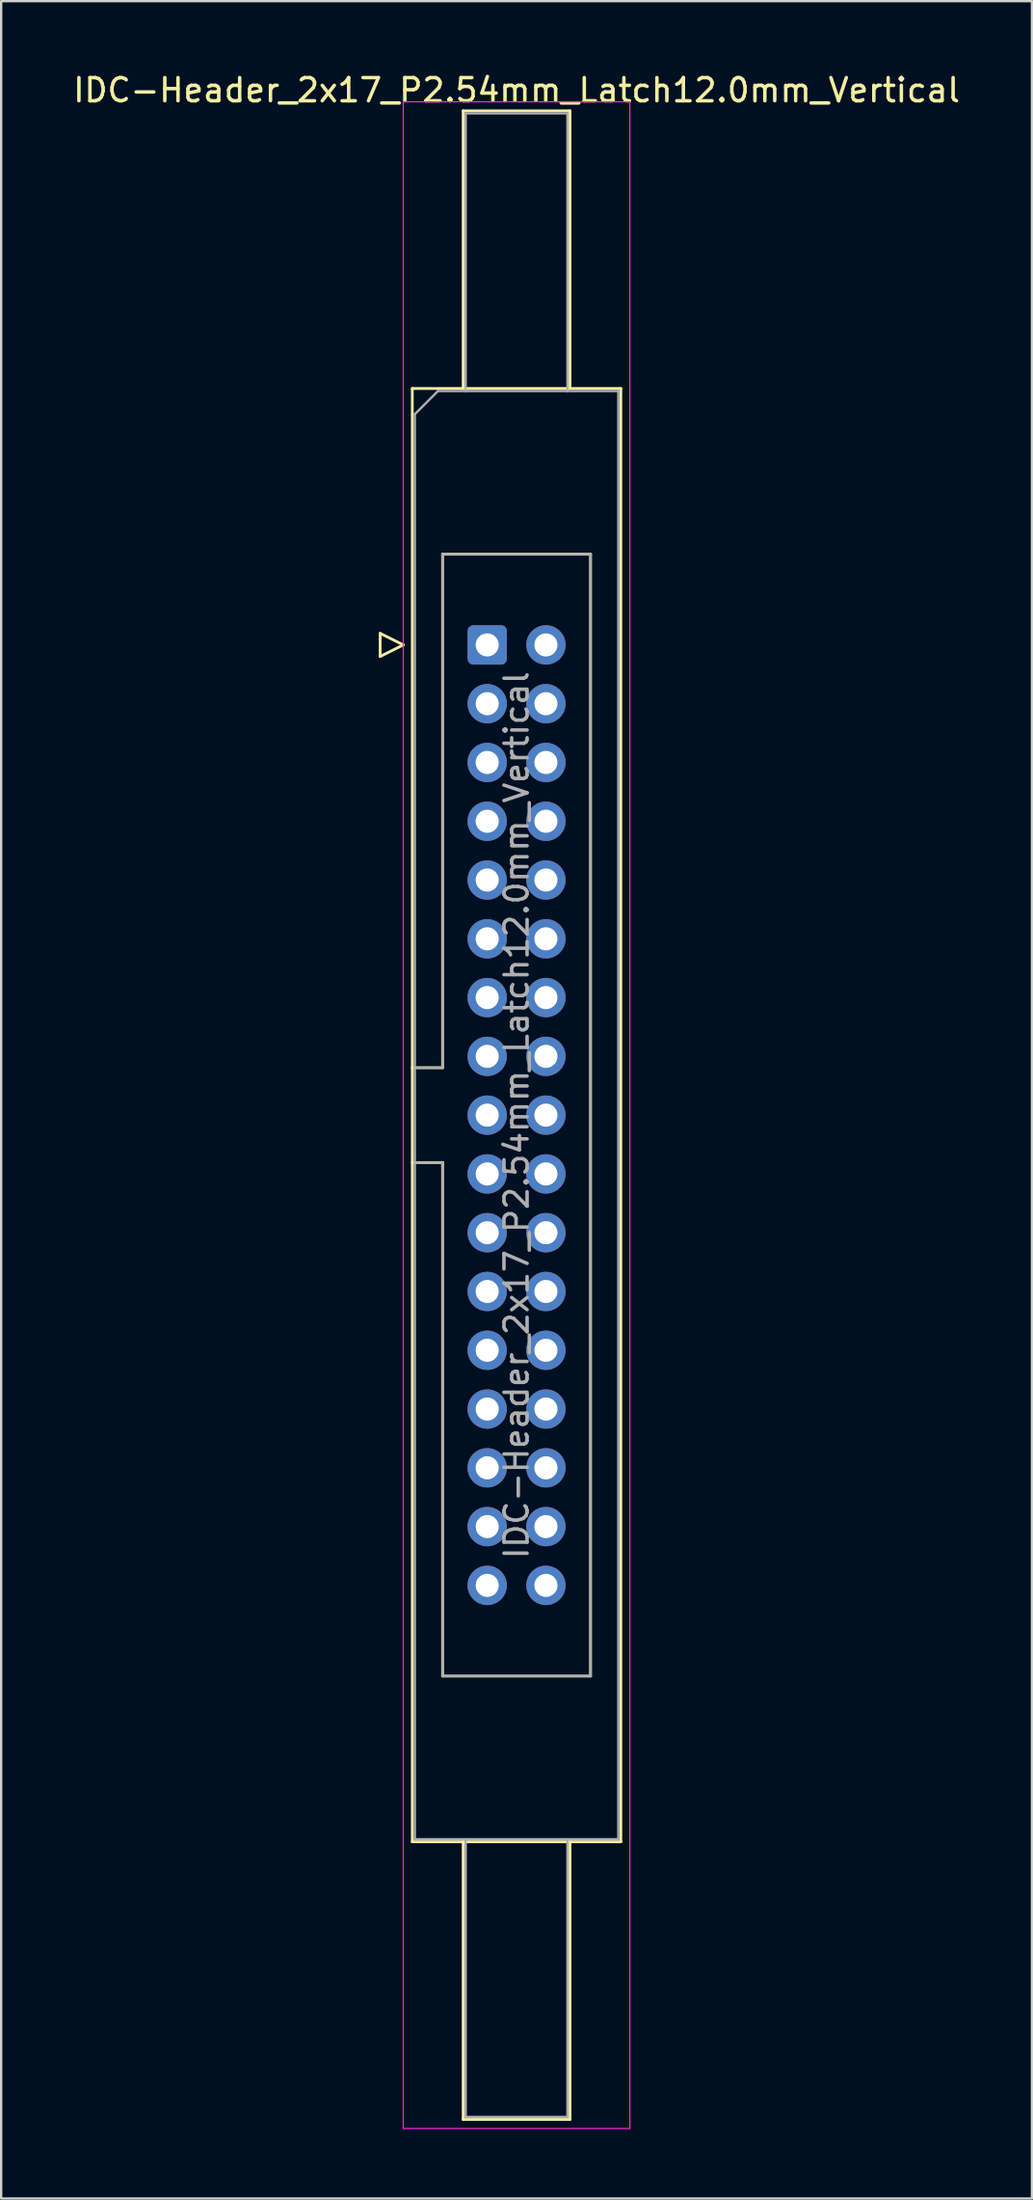
<source format=kicad_pcb>
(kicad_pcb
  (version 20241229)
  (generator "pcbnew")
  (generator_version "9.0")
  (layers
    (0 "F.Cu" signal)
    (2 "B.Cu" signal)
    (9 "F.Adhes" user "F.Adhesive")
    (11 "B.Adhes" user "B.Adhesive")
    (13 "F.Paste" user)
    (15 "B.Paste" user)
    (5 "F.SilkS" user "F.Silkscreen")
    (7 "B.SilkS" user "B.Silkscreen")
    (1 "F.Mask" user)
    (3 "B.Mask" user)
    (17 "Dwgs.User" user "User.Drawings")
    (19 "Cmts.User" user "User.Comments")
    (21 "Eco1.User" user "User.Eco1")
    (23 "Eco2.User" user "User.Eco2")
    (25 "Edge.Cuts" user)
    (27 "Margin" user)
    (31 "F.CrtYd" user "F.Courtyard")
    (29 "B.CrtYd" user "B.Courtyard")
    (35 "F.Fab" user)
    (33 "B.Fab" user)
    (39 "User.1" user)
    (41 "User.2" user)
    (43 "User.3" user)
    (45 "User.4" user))
  (footprint "IDC-Header_2x17_P2.54mm_Latch12.0mm_Vertical"
    (layer "F.Cu")
    (at 18.022 24.818)
    (property "Reference" "IDC-Header_2x17_P2.54mm_Latch12.0mm_Vertical" (at 1.27 -23.97 0) (layer "F.SilkS") (effects (font (size 1 1) (thickness 0.15))))
    (attr through_hole)
    (fp_line (start -4.63 -0.5) (end -4.63 0.5) (stroke (width 0.12) (type solid)) (layer "F.SilkS"))
    (fp_line (start -4.63 0.5) (end -3.63 0) (stroke (width 0.12) (type solid)) (layer "F.SilkS"))
    (fp_line (start -3.63 0) (end -4.63 -0.5) (stroke (width 0.12) (type solid)) (layer "F.SilkS"))
    (fp_line (start -3.24 -11.08) (end 5.78 -11.08) (stroke (width 0.12) (type solid)) (layer "F.SilkS"))
    (fp_line (start -3.24 18.27) (end -1.93 18.27) (stroke (width 0.12) (type solid)) (layer "F.SilkS"))
    (fp_line (start -3.24 51.72) (end -3.24 -11.08) (stroke (width 0.12) (type solid)) (layer "F.SilkS"))
    (fp_line (start -1.93 -3.92) (end 4.47 -3.92) (stroke (width 0.12) (type solid)) (layer "F.SilkS"))
    (fp_line (start -1.93 18.27) (end -1.93 -3.92) (stroke (width 0.12) (type solid)) (layer "F.SilkS"))
    (fp_line (start -1.93 22.37) (end -3.24 22.37) (stroke (width 0.12) (type solid)) (layer "F.SilkS"))
    (fp_line (start -1.93 22.37) (end -1.93 22.37) (stroke (width 0.12) (type solid)) (layer "F.SilkS"))
    (fp_line (start -1.93 44.56) (end -1.93 22.37) (stroke (width 0.12) (type solid)) (layer "F.SilkS"))
    (fp_line (start -1.04 -23.08) (end 3.58 -23.08) (stroke (width 0.12) (type solid)) (layer "F.SilkS"))
    (fp_line (start -1.04 -11.08) (end -1.04 -23.08) (stroke (width 0.12) (type solid)) (layer "F.SilkS"))
    (fp_line (start -1.04 51.72) (end -1.04 63.72) (stroke (width 0.12) (type solid)) (layer "F.SilkS"))
    (fp_line (start -1.04 63.72) (end 3.58 63.72) (stroke (width 0.12) (type solid)) (layer "F.SilkS"))
    (fp_line (start 3.58 -23.08) (end 3.58 -11.08) (stroke (width 0.12) (type solid)) (layer "F.SilkS"))
    (fp_line (start 3.58 63.72) (end 3.58 51.72) (stroke (width 0.12) (type solid)) (layer "F.SilkS"))
    (fp_line (start 4.47 -3.92) (end 4.47 44.56) (stroke (width 0.12) (type solid)) (layer "F.SilkS"))
    (fp_line (start 4.47 44.56) (end -1.93 44.56) (stroke (width 0.12) (type solid)) (layer "F.SilkS"))
    (fp_line (start 5.78 -11.08) (end 5.78 51.72) (stroke (width 0.12) (type solid)) (layer "F.SilkS"))
    (fp_line (start 5.78 51.72) (end -3.24 51.72) (stroke (width 0.12) (type solid)) (layer "F.SilkS"))
    (fp_line (start -3.63 -23.47) (end -3.63 64.11) (stroke (width 0.05) (type solid)) (layer "F.CrtYd"))
    (fp_line (start -3.63 64.11) (end 6.17 64.11) (stroke (width 0.05) (type solid)) (layer "F.CrtYd"))
    (fp_line (start 6.17 -23.47) (end -3.63 -23.47) (stroke (width 0.05) (type solid)) (layer "F.CrtYd"))
    (fp_line (start 6.17 64.11) (end 6.17 -23.47) (stroke (width 0.05) (type solid)) (layer "F.CrtYd"))
    (fp_line (start -3.13 -9.97) (end -2.13 -10.97) (stroke (width 0.1) (type solid)) (layer "F.Fab"))
    (fp_line (start -3.13 18.27) (end -1.93 18.27) (stroke (width 0.1) (type solid)) (layer "F.Fab"))
    (fp_line (start -3.13 51.61) (end -3.13 -9.97) (stroke (width 0.1) (type solid)) (layer "F.Fab"))
    (fp_line (start -2.13 -10.97) (end 5.67 -10.97) (stroke (width 0.1) (type solid)) (layer "F.Fab"))
    (fp_line (start -1.93 -3.92) (end 4.47 -3.92) (stroke (width 0.1) (type solid)) (layer "F.Fab"))
    (fp_line (start -1.93 18.27) (end -1.93 -3.92) (stroke (width 0.1) (type solid)) (layer "F.Fab"))
    (fp_line (start -1.93 22.37) (end -3.13 22.37) (stroke (width 0.1) (type solid)) (layer "F.Fab"))
    (fp_line (start -1.93 22.37) (end -1.93 22.37) (stroke (width 0.1) (type solid)) (layer "F.Fab"))
    (fp_line (start -1.93 44.56) (end -1.93 22.37) (stroke (width 0.1) (type solid)) (layer "F.Fab"))
    (fp_line (start -0.93 -22.97) (end 3.47 -22.97) (stroke (width 0.1) (type solid)) (layer "F.Fab"))
    (fp_line (start -0.93 -10.97) (end -0.93 -22.97) (stroke (width 0.1) (type solid)) (layer "F.Fab"))
    (fp_line (start -0.93 51.61) (end -0.93 63.61) (stroke (width 0.1) (type solid)) (layer "F.Fab"))
    (fp_line (start -0.93 63.61) (end 3.47 63.61) (stroke (width 0.1) (type solid)) (layer "F.Fab"))
    (fp_line (start 3.47 -22.97) (end 3.47 -10.97) (stroke (width 0.1) (type solid)) (layer "F.Fab"))
    (fp_line (start 3.47 63.61) (end 3.47 51.61) (stroke (width 0.1) (type solid)) (layer "F.Fab"))
    (fp_line (start 4.47 -3.92) (end 4.47 44.56) (stroke (width 0.1) (type solid)) (layer "F.Fab"))
    (fp_line (start 4.47 44.56) (end -1.93 44.56) (stroke (width 0.1) (type solid)) (layer "F.Fab"))
    (fp_line (start 5.67 -10.97) (end 5.67 51.61) (stroke (width 0.1) (type solid)) (layer "F.Fab"))
    (fp_line (start 5.67 51.61) (end -3.13 51.61) (stroke (width 0.1) (type solid)) (layer "F.Fab"))
    (fp_text user "${REFERENCE}" (at 1.27 20.32 90) (layer "F.Fab") (effects (font (size 1 1) (thickness 0.15))))
    (pad "1" thru_hole roundrect (at 0 0) (size 1.7 1.7) (drill 1) (layers "*.Cu" "*.Mask") (roundrect_rratio 0.147))
    (pad "2" thru_hole circle (at 2.54 0) (size 1.7 1.7) (drill 1) (layers "*.Cu" "*.Mask"))
    (pad "3" thru_hole circle (at 0 2.54) (size 1.7 1.7) (drill 1) (layers "*.Cu" "*.Mask"))
    (pad "4" thru_hole circle (at 2.54 2.54) (size 1.7 1.7) (drill 1) (layers "*.Cu" "*.Mask"))
    (pad "5" thru_hole circle (at 0 5.08) (size 1.7 1.7) (drill 1) (layers "*.Cu" "*.Mask"))
    (pad "6" thru_hole circle (at 2.54 5.08) (size 1.7 1.7) (drill 1) (layers "*.Cu" "*.Mask"))
    (pad "7" thru_hole circle (at 0 7.62) (size 1.7 1.7) (drill 1) (layers "*.Cu" "*.Mask"))
    (pad "8" thru_hole circle (at 2.54 7.62) (size 1.7 1.7) (drill 1) (layers "*.Cu" "*.Mask"))
    (pad "9" thru_hole circle (at 0 10.16) (size 1.7 1.7) (drill 1) (layers "*.Cu" "*.Mask"))
    (pad "10" thru_hole circle (at 2.54 10.16) (size 1.7 1.7) (drill 1) (layers "*.Cu" "*.Mask"))
    (pad "11" thru_hole circle (at 0 12.7) (size 1.7 1.7) (drill 1) (layers "*.Cu" "*.Mask"))
    (pad "12" thru_hole circle (at 2.54 12.7) (size 1.7 1.7) (drill 1) (layers "*.Cu" "*.Mask"))
    (pad "13" thru_hole circle (at 0 15.24) (size 1.7 1.7) (drill 1) (layers "*.Cu" "*.Mask"))
    (pad "14" thru_hole circle (at 2.54 15.24) (size 1.7 1.7) (drill 1) (layers "*.Cu" "*.Mask"))
    (pad "15" thru_hole circle (at 0 17.78) (size 1.7 1.7) (drill 1) (layers "*.Cu" "*.Mask"))
    (pad "16" thru_hole circle (at 2.54 17.78) (size 1.7 1.7) (drill 1) (layers "*.Cu" "*.Mask"))
    (pad "17" thru_hole circle (at 0 20.32) (size 1.7 1.7) (drill 1) (layers "*.Cu" "*.Mask"))
    (pad "18" thru_hole circle (at 2.54 20.32) (size 1.7 1.7) (drill 1) (layers "*.Cu" "*.Mask"))
    (pad "19" thru_hole circle (at 0 22.86) (size 1.7 1.7) (drill 1) (layers "*.Cu" "*.Mask"))
    (pad "20" thru_hole circle (at 2.54 22.86) (size 1.7 1.7) (drill 1) (layers "*.Cu" "*.Mask"))
    (pad "21" thru_hole circle (at 0 25.4) (size 1.7 1.7) (drill 1) (layers "*.Cu" "*.Mask"))
    (pad "22" thru_hole circle (at 2.54 25.4) (size 1.7 1.7) (drill 1) (layers "*.Cu" "*.Mask"))
    (pad "23" thru_hole circle (at 0 27.94) (size 1.7 1.7) (drill 1) (layers "*.Cu" "*.Mask"))
    (pad "24" thru_hole circle (at 2.54 27.94) (size 1.7 1.7) (drill 1) (layers "*.Cu" "*.Mask"))
    (pad "25" thru_hole circle (at 0 30.48) (size 1.7 1.7) (drill 1) (layers "*.Cu" "*.Mask"))
    (pad "26" thru_hole circle (at 2.54 30.48) (size 1.7 1.7) (drill 1) (layers "*.Cu" "*.Mask"))
    (pad "27" thru_hole circle (at 0 33.02) (size 1.7 1.7) (drill 1) (layers "*.Cu" "*.Mask"))
    (pad "28" thru_hole circle (at 2.54 33.02) (size 1.7 1.7) (drill 1) (layers "*.Cu" "*.Mask"))
    (pad "29" thru_hole circle (at 0 35.56) (size 1.7 1.7) (drill 1) (layers "*.Cu" "*.Mask"))
    (pad "30" thru_hole circle (at 2.54 35.56) (size 1.7 1.7) (drill 1) (layers "*.Cu" "*.Mask"))
    (pad "31" thru_hole circle (at 0 38.1) (size 1.7 1.7) (drill 1) (layers "*.Cu" "*.Mask"))
    (pad "32" thru_hole circle (at 2.54 38.1) (size 1.7 1.7) (drill 1) (layers "*.Cu" "*.Mask"))
    (pad "33" thru_hole circle (at 0 40.64) (size 1.7 1.7) (drill 1) (layers "*.Cu" "*.Mask"))
    (pad "34" thru_hole circle (at 2.54 40.64) (size 1.7 1.7) (drill 1) (layers "*.Cu" "*.Mask")))
  (gr_rect
    (start -3 -3)
    (end 41.583 91.953)
    (stroke (width 0.1) (type default))
    (fill no)
    (layer "Edge.Cuts")))
</source>
